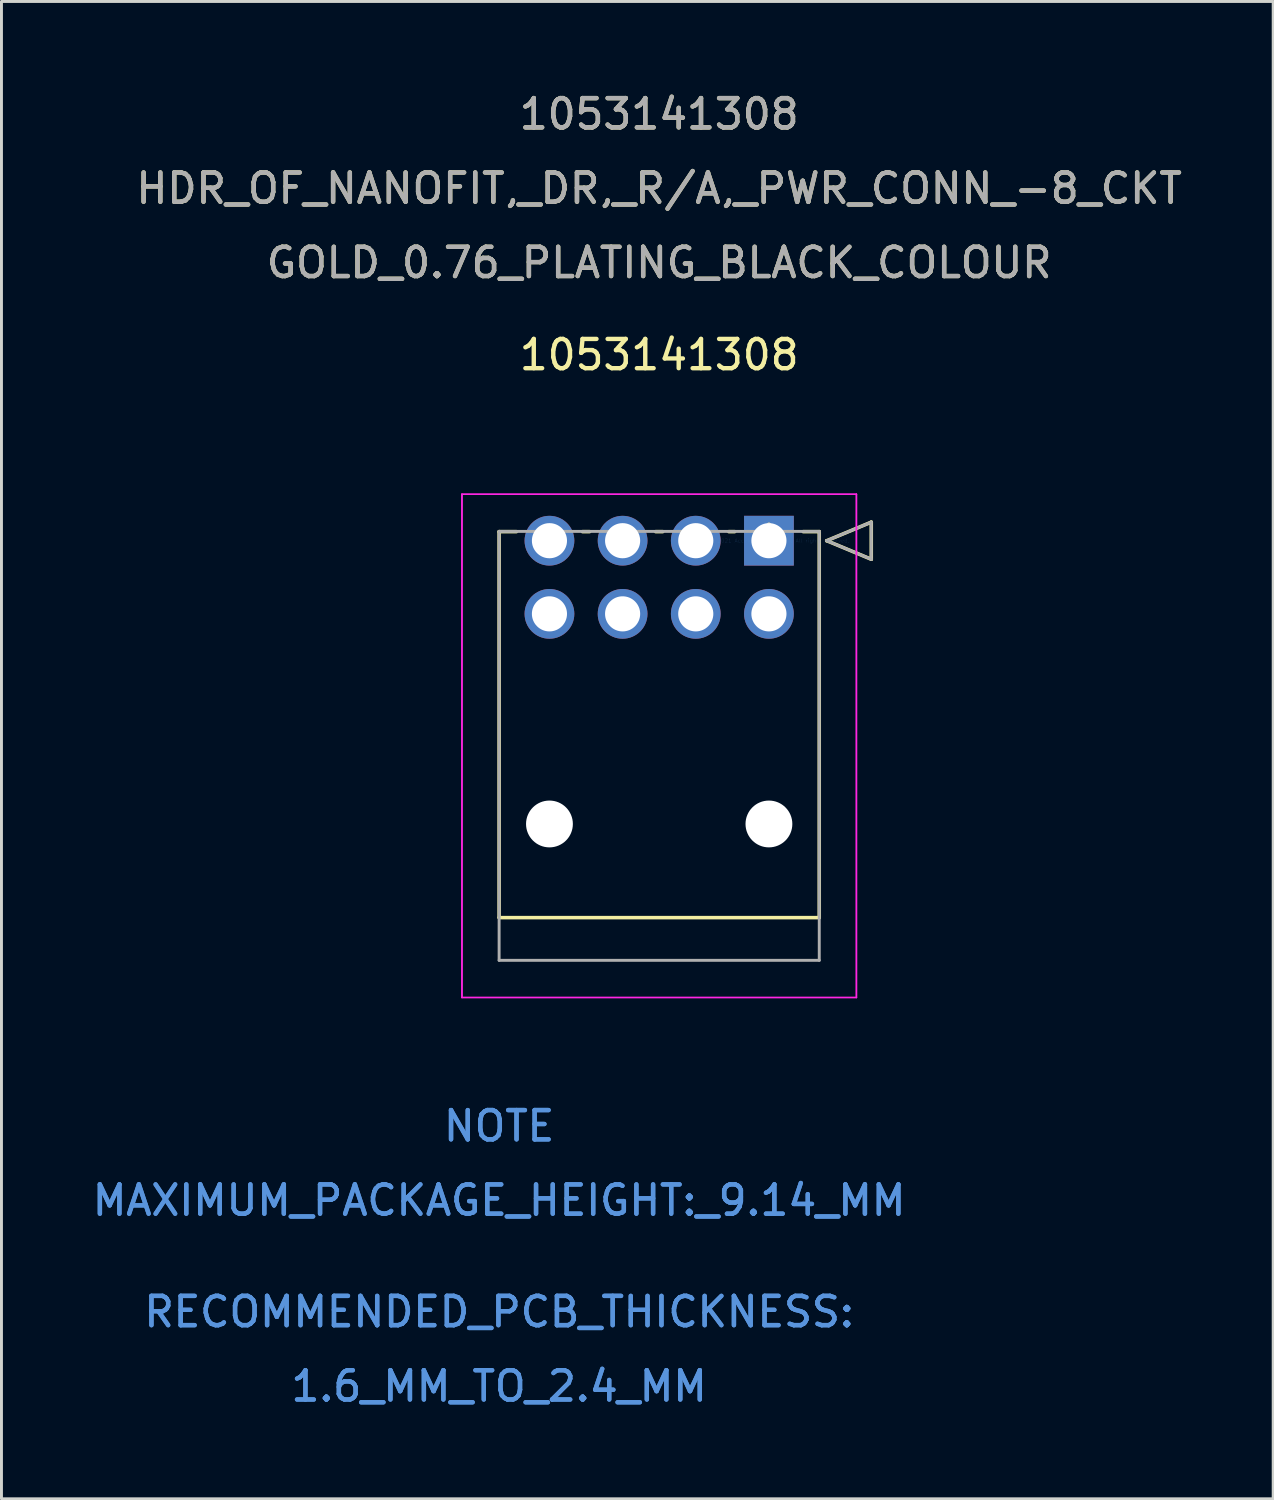
<source format=kicad_pcb>
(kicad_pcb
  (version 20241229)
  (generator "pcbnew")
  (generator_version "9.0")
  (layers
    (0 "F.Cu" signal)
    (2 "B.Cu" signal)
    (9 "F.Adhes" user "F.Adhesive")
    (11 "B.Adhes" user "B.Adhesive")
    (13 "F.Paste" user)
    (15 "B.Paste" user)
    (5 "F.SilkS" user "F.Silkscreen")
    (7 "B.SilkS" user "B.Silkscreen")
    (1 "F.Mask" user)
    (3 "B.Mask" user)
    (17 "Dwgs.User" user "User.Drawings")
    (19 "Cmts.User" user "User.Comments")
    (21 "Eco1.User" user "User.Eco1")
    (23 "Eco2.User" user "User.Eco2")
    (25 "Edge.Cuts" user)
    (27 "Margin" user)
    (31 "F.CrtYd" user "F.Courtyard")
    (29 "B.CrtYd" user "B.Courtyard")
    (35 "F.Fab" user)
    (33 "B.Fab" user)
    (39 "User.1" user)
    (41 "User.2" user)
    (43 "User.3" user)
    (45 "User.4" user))
  (footprint "1053141308"
    (layer "F.Cu")
    (at 23.226 15.427)
    (property "Reference" "1053141308" (at -3.75 -6.35 0) (layer "F.SilkS") (effects (font (size 1 1) (thickness 0.15))))
    (attr through_hole)
    (fp_line (start -9.22 -0.31) (end -9.22 12.88) (stroke (width 0.12) (type solid)) (layer "F.SilkS"))
    (fp_line (start -9.22 12.88) (end 1.72 12.88) (stroke (width 0.12) (type solid)) (layer "F.SilkS"))
    (fp_line (start -8.628 -0.31) (end -9.22 -0.31) (stroke (width 0.12) (type solid)) (layer "F.SilkS"))
    (fp_line (start -6.128 -0.31) (end -6.372 -0.31) (stroke (width 0.12) (type solid)) (layer "F.SilkS"))
    (fp_line (start -3.628 -0.31) (end -3.872 -0.31) (stroke (width 0.12) (type solid)) (layer "F.SilkS"))
    (fp_line (start -1.17 -0.31) (end -1.372 -0.31) (stroke (width 0.12) (type solid)) (layer "F.SilkS"))
    (fp_line (start 1.72 -0.31) (end 1.17 -0.31) (stroke (width 0.12) (type solid)) (layer "F.SilkS"))
    (fp_line (start 1.72 12.88) (end 1.72 -0.31) (stroke (width 0.12) (type solid)) (layer "F.SilkS"))
    (fp_line (start 1.974 0) (end 3.498 -0.635) (stroke (width 0.12) (type solid)) (layer "F.SilkS"))
    (fp_line (start 3.498 -0.635) (end 3.498 0.635) (stroke (width 0.12) (type solid)) (layer "F.SilkS"))
    (fp_line (start 3.498 0.635) (end 1.974 0) (stroke (width 0.12) (type solid)) (layer "F.SilkS"))
    (fp_line (start -10.49 -1.588) (end -10.49 15.61) (stroke (width 0.05) (type solid)) (layer "F.CrtYd"))
    (fp_line (start -10.49 -1.588) (end -10.49 15.61) (stroke (width 0.05) (type solid)) (layer "F.CrtYd"))
    (fp_line (start -10.49 15.61) (end 2.99 15.61) (stroke (width 0.05) (type solid)) (layer "F.CrtYd"))
    (fp_line (start -10.49 15.61) (end 2.99 15.61) (stroke (width 0.05) (type solid)) (layer "F.CrtYd"))
    (fp_line (start 2.99 -1.588) (end -10.49 -1.588) (stroke (width 0.05) (type solid)) (layer "F.CrtYd"))
    (fp_line (start 2.99 -1.588) (end -10.49 -1.588) (stroke (width 0.05) (type solid)) (layer "F.CrtYd"))
    (fp_line (start 2.99 15.61) (end 2.99 -1.588) (stroke (width 0.05) (type solid)) (layer "F.CrtYd"))
    (fp_line (start 2.99 15.61) (end 2.99 -1.588) (stroke (width 0.05) (type solid)) (layer "F.CrtYd"))
    (fp_line (start -9.22 -0.318) (end -9.22 14.34) (stroke (width 0.1) (type solid)) (layer "F.Fab"))
    (fp_line (start -9.22 14.34) (end 1.72 14.34) (stroke (width 0.1) (type solid)) (layer "F.Fab"))
    (fp_line (start 1.72 -0.318) (end -9.22 -0.318) (stroke (width 0.1) (type solid)) (layer "F.Fab"))
    (fp_line (start 1.72 14.34) (end 1.72 -0.318) (stroke (width 0.1) (type solid)) (layer "F.Fab"))
    (fp_line (start 1.974 0) (end 3.498 -0.635) (stroke (width 0.1) (type solid)) (layer "F.Fab"))
    (fp_line (start 3.498 -0.635) (end 3.498 0.635) (stroke (width 0.1) (type solid)) (layer "F.Fab"))
    (fp_line (start 3.498 0.635) (end 1.974 0) (stroke (width 0.1) (type solid)) (layer "F.Fab"))
    (fp_text user "*" (at 0 0 0) (layer "F.SilkS") (effects (font (size 1 1) (thickness 0.15))))
    (fp_text user "1053141308" (at -3.75 -14.579 0) (layer "F.SilkS") (effects (font (size 1 1) (thickness 0.15))))
    (fp_text user "GOLD_0.76_PLATING_BLACK_COLOUR" (at -3.75 -9.499 0) (layer "F.SilkS") (effects (font (size 1 1) (thickness 0.15))))
    (fp_text user "HDR_OF_NANOFIT,_DR,_R/A,_PWR_CONN_-8_CKT" (at -3.75 -12.039 0) (layer "F.SilkS") (effects (font (size 1 1) (thickness 0.15))))
    (fp_text user "MAXIMUM_PACKAGE_HEIGHT:_9.14_MM" (at -9.22 22.542 0) (layer "Cmts.User") (effects (font (size 1 1) (thickness 0.15))))
    (fp_text user "MAXIMUM_PACKAGE_HEIGHT:_9.14_MM" (at -9.22 22.542 0) (layer "Cmts.User") (effects (font (size 1 1) (thickness 0.15))))
    (fp_text user "NOTE" (at -9.22 20.002 0) (layer "Cmts.User") (effects (font (size 1 1) (thickness 0.15))))
    (fp_text user "Copyright 2021 Accelerated Designs. All rights reserved." (at 0 0 0) (layer "Cmts.User") (effects (font (size 0.127 0.127) (thickness 0.002))))
    (fp_text user "NOTE" (at -9.22 20.002 0) (layer "Cmts.User") (effects (font (size 1 1) (thickness 0.15))))
    (fp_text user "1.6_MM_TO_2.4_MM" (at -9.22 28.892 0) (layer "Cmts.User") (effects (font (size 1 1) (thickness 0.15))))
    (fp_text user "RECOMMENDED_PCB_THICKNESS:" (at -9.22 26.352 0) (layer "Cmts.User") (effects (font (size 1 1) (thickness 0.15))))
    (fp_text user "RECOMMENDED_PCB_THICKNESS:" (at -9.22 26.352 0) (layer "Cmts.User") (effects (font (size 1 1) (thickness 0.15))))
    (fp_text user "1.6_MM_TO_2.4_MM" (at -9.22 28.892 0) (layer "Cmts.User") (effects (font (size 1 1) (thickness 0.15))))
    (fp_text user "*" (at 0 0 0) (layer "F.Fab") (effects (font (size 1 1) (thickness 0.15))))
    (fp_text user "GOLD_0.76_PLATING_BLACK_COLOUR" (at -3.75 -9.499 0) (layer "F.Fab") (effects (font (size 1 1) (thickness 0.15))))
    (fp_text user "1053141308" (at -3.75 -14.579 0) (layer "F.Fab") (effects (font (size 1 1) (thickness 0.15))))
    (fp_text user "HDR_OF_NANOFIT,_DR,_R/A,_PWR_CONN_-8_CKT" (at -3.75 -12.039 0) (layer "F.Fab") (effects (font (size 1 1) (thickness 0.15))))
    (pad "" np_thru_hole circle (at -7.5 9.68) (size 1.6 1.6) (drill 1.6) (layers "*.Cu" "*.Mask"))
    (pad "" np_thru_hole circle (at 0 9.68) (size 1.6 1.6) (drill 1.6) (layers "*.Cu" "*.Mask"))
    (pad "1" thru_hole rect (at 0 0) (size 1.7 1.7) (drill 1.2) (layers "*.Cu" "*.Mask"))
    (pad "2" thru_hole circle (at -2.5 0) (size 1.7 1.7) (drill 1.2) (layers "*.Cu" "*.Mask"))
    (pad "3" thru_hole circle (at -5 0) (size 1.7 1.7) (drill 1.2) (layers "*.Cu" "*.Mask"))
    (pad "4" thru_hole circle (at -7.5 0) (size 1.7 1.7) (drill 1.2) (layers "*.Cu" "*.Mask"))
    (pad "5" thru_hole circle (at 0 2.5) (size 1.7 1.7) (drill 1.2) (layers "*.Cu" "*.Mask"))
    (pad "6" thru_hole circle (at -2.5 2.5) (size 1.7 1.7) (drill 1.2) (layers "*.Cu" "*.Mask"))
    (pad "7" thru_hole circle (at -5 2.5) (size 1.7 1.7) (drill 1.2) (layers "*.Cu" "*.Mask"))
    (pad "8" thru_hole circle (at -7.5 2.5) (size 1.7 1.7) (drill 1.2) (layers "*.Cu" "*.Mask")))
  (gr_rect
    (start -3 -3)
    (end 40.458 48.167)
    (stroke (width 0.1) (type default))
    (fill no)
    (layer "Edge.Cuts")))
</source>
